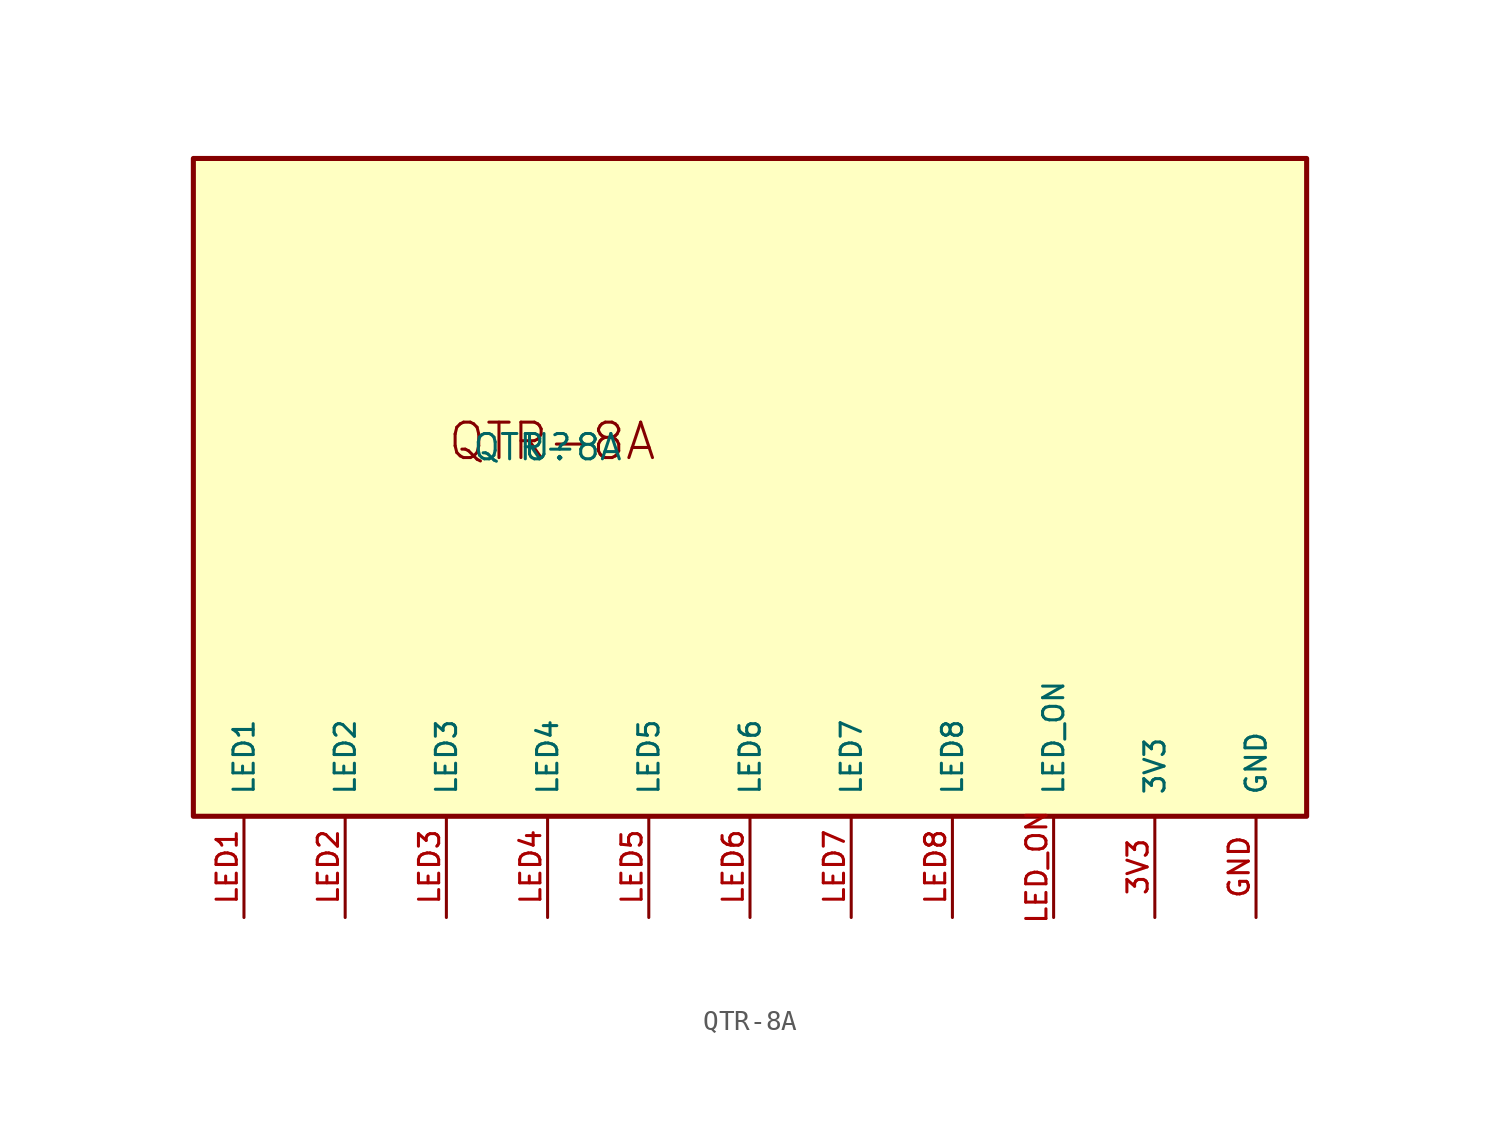
<source format=kicad_sym>
(kicad_symbol_lib
  (version 20211014)
  (generator kicad_symbol_editor)
  (symbol "QTR-8A"
    (pin_names
      (offset 1.016))
    (property "Reference" "U"
      (at 0 0 0)
      (effects (font (size 1.27 1.27)) (justify bottom)))
    (property "Value" "QTR-8A"
      (at 0 0.0 0)
      (effects (font (size 1.27 1.27)) (justify bottom)))
    (symbol "QTR-8A_0_0"
      (text "QTR-8A" (at -5.08 0.0 0) (effects (font (size 1.778 1.778)) (justify bottom left)))
      (rectangle (start -17.78 -17.78) (end 38.1 15.24) (stroke (width 0.254)) (fill (type background)))
      (pin bidirectional line (at 30.48 -22.86 90.0) (length 5.08) (name "3V3" (effects (font (size 1.016 1.016)))) (number "3V3" (effects (font (size 1.016 1.016)))))
      (pin bidirectional line (at 35.56 -22.86 90.0) (length 5.08) (name "GND" (effects (font (size 1.016 1.016)))) (number "GND" (effects (font (size 1.016 1.016)))))
      (pin bidirectional line (at -15.24 -22.86 90.0) (length 5.08) (name "LED1" (effects (font (size 1.016 1.016)))) (number "LED1" (effects (font (size 1.016 1.016)))))
      (pin bidirectional line (at -10.16 -22.86 90.0) (length 5.08) (name "LED2" (effects (font (size 1.016 1.016)))) (number "LED2" (effects (font (size 1.016 1.016)))))
      (pin bidirectional line (at -5.08 -22.86 90.0) (length 5.08) (name "LED3" (effects (font (size 1.016 1.016)))) (number "LED3" (effects (font (size 1.016 1.016)))))
      (pin bidirectional line (at 0.0 -22.86 90.0) (length 5.08) (name "LED4" (effects (font (size 1.016 1.016)))) (number "LED4" (effects (font (size 1.016 1.016)))))
      (pin bidirectional line (at 5.08 -22.86 90.0) (length 5.08) (name "LED5" (effects (font (size 1.016 1.016)))) (number "LED5" (effects (font (size 1.016 1.016)))))
      (pin bidirectional line (at 10.16 -22.86 90.0) (length 5.08) (name "LED6" (effects (font (size 1.016 1.016)))) (number "LED6" (effects (font (size 1.016 1.016)))))
      (pin bidirectional line (at 15.24 -22.86 90.0) (length 5.08) (name "LED7" (effects (font (size 1.016 1.016)))) (number "LED7" (effects (font (size 1.016 1.016)))))
      (pin bidirectional line (at 20.32 -22.86 90.0) (length 5.08) (name "LED8" (effects (font (size 1.016 1.016)))) (number "LED8" (effects (font (size 1.016 1.016)))))
      (pin bidirectional line (at 25.4 -22.86 90.0) (length 5.08) (name "LED_ON" (effects (font (size 1.016 1.016)))) (number "LED_ON" (effects (font (size 1.016 1.016))))))))
</source>
